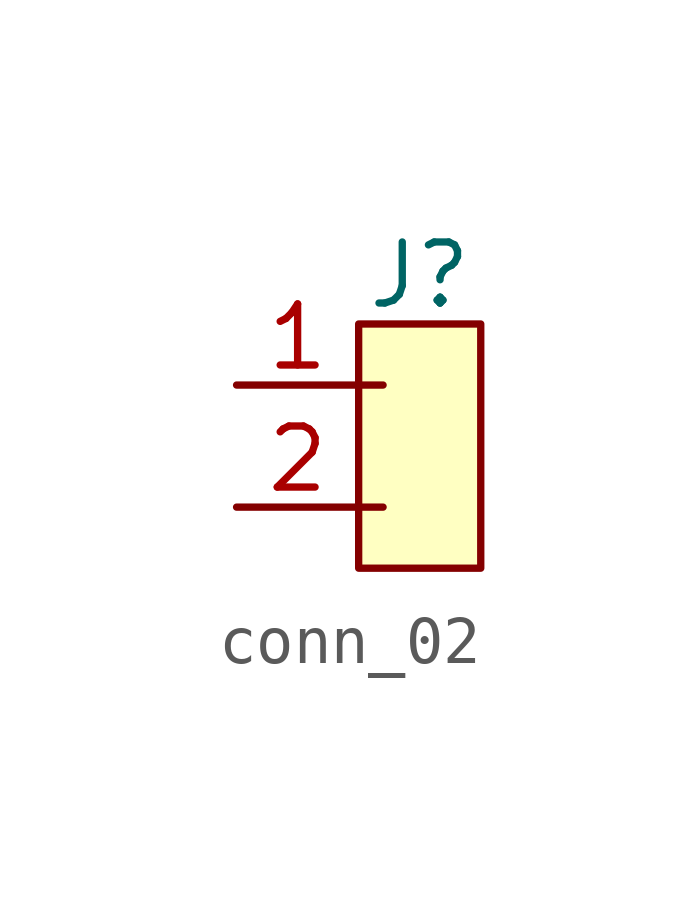
<source format=kicad_sym>
(kicad_symbol_lib
  (version 20231120)
  (generator "kicad_symbol_editor")
  (generator_version "8.0")
  (symbol "conn_02"
    (pin_names hide)
    (property "Reference" "J"
      (at 3.81 2.286 0)
      (effects (font (size 1.27 1.27))))
    (symbol "conn_02_1_0"
      (pin passive line (at 0 0 0) (length 2.54) (name "1" (effects (font (size 1.27 1.27)))) (number "1" (effects (font (size 1.27 1.27)))))
      (pin passive line (at 0 -2.54 0) (length 2.54) (name "2" (effects (font (size 1.27 1.27)))) (number "2" (effects (font (size 1.27 1.27))))))
    (symbol "conn_02_1_1"
      (polyline (pts (xy 2.54 -2.54) (xy 3.048 -2.54)) (stroke (width 0) (type default)) (fill (type none)))
      (polyline (pts (xy 2.54 0) (xy 3.048 0)) (stroke (width 0) (type default)) (fill (type none)))
      (rectangle (start 2.54 1.27) (end 5.08 -3.81) (stroke (width 0) (type default)) (fill (type background))))))
</source>
